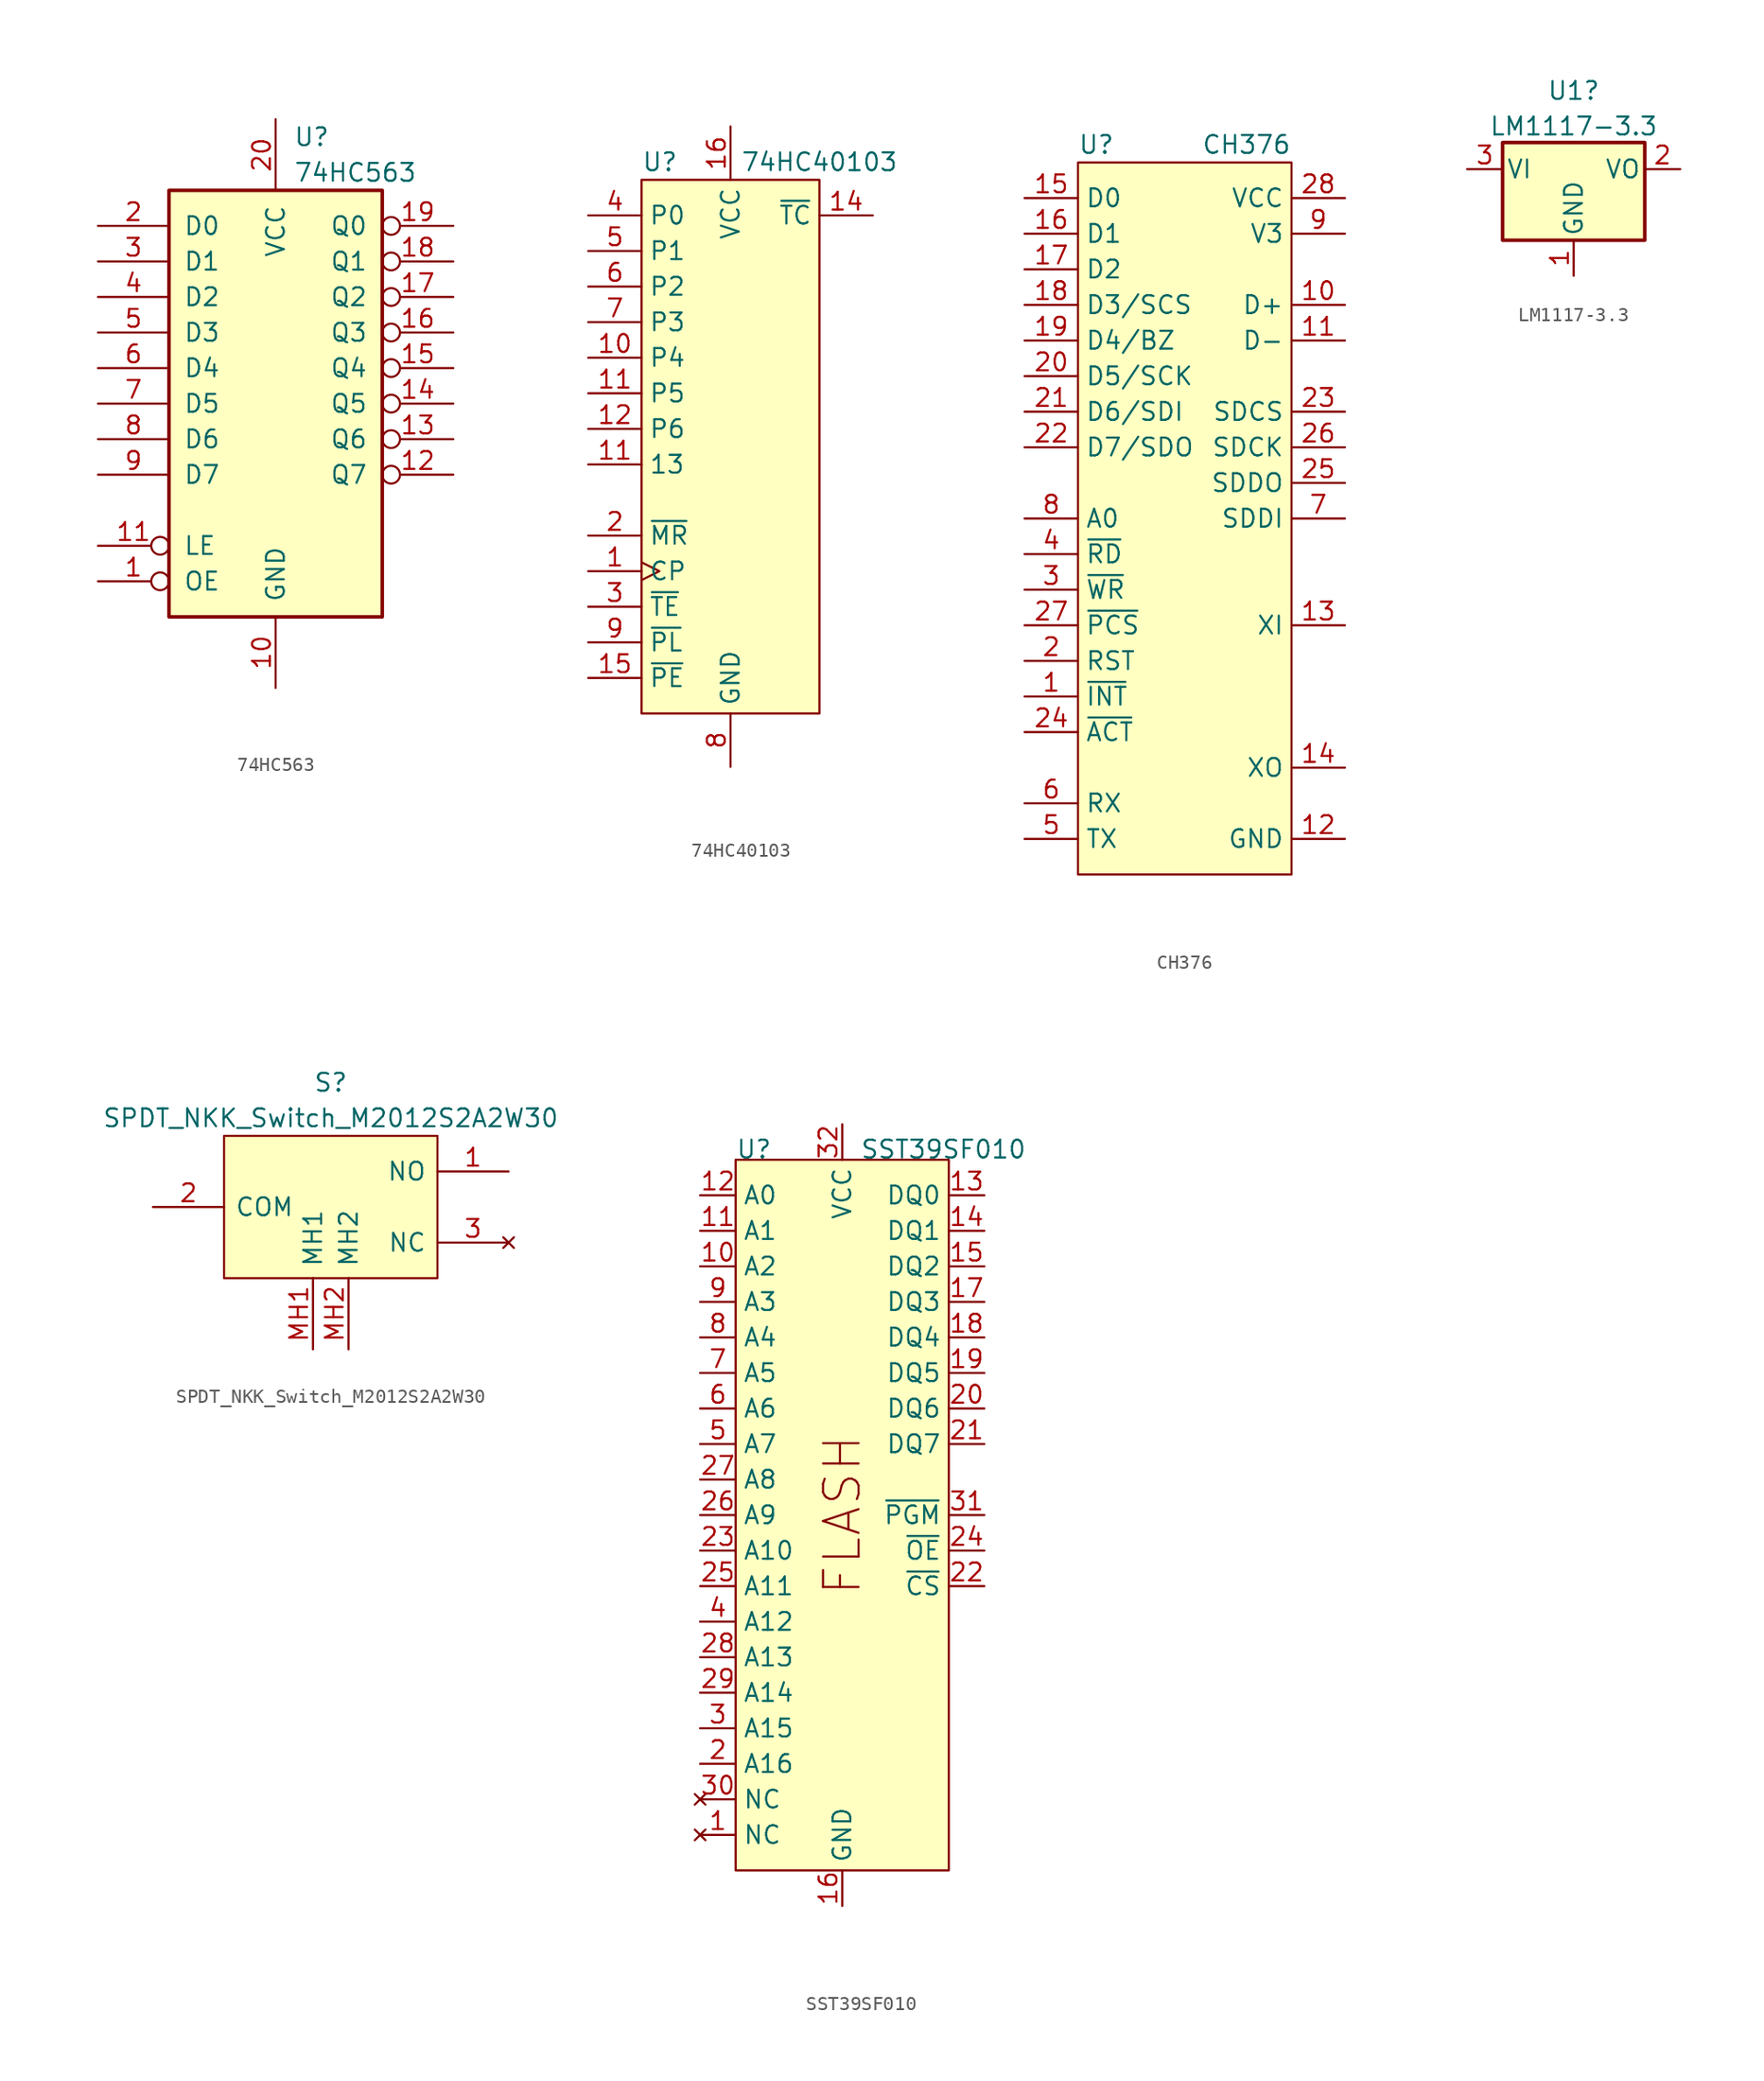
<source format=kicad_sym>
(kicad_symbol_lib
  (version 20211014)
  (generator kicad_symbol_editor)
  (symbol "74HC563"
    (pin_names
      (offset 1.016))
    (property "Reference" "U"
      (at 1.27 19.05 0)
      (effects (font (size 1.27 1.27)) (justify left)))
    (property "Value" "74HC563"
      (at 1.27 16.51 0)
      (effects (font (size 1.27 1.27)) (justify left)))
    (symbol "74HC563_1_0"
      (pin input inverted (at -12.7 -12.7 0) (length 5.08) (name "OE" (effects (font (size 1.27 1.27)))) (number "1" (effects (font (size 1.27 1.27)))))
      (pin power_in line (at 0 -20.32 90) (length 5.08) (name "GND" (effects (font (size 1.27 1.27)))) (number "10" (effects (font (size 1.27 1.27)))))
      (pin input inverted (at -12.7 -10.16 0) (length 5.08) (name "LE" (effects (font (size 1.27 1.27)))) (number "11" (effects (font (size 1.27 1.27)))))
      (pin tri_state inverted (at 12.7 -5.08 180) (length 5.08) (name "Q7" (effects (font (size 1.27 1.27)))) (number "12" (effects (font (size 1.27 1.27)))))
      (pin tri_state inverted (at 12.7 -2.54 180) (length 5.08) (name "Q6" (effects (font (size 1.27 1.27)))) (number "13" (effects (font (size 1.27 1.27)))))
      (pin tri_state inverted (at 12.7 0 180) (length 5.08) (name "Q5" (effects (font (size 1.27 1.27)))) (number "14" (effects (font (size 1.27 1.27)))))
      (pin tri_state inverted (at 12.7 2.54 180) (length 5.08) (name "Q4" (effects (font (size 1.27 1.27)))) (number "15" (effects (font (size 1.27 1.27)))))
      (pin tri_state inverted (at 12.7 5.08 180) (length 5.08) (name "Q3" (effects (font (size 1.27 1.27)))) (number "16" (effects (font (size 1.27 1.27)))))
      (pin tri_state inverted (at 12.7 7.62 180) (length 5.08) (name "Q2" (effects (font (size 1.27 1.27)))) (number "17" (effects (font (size 1.27 1.27)))))
      (pin tri_state inverted (at 12.7 10.16 180) (length 5.08) (name "Q1" (effects (font (size 1.27 1.27)))) (number "18" (effects (font (size 1.27 1.27)))))
      (pin tri_state inverted (at 12.7 12.7 180) (length 5.08) (name "Q0" (effects (font (size 1.27 1.27)))) (number "19" (effects (font (size 1.27 1.27)))))
      (pin input line (at -12.7 12.7 0) (length 5.08) (name "D0" (effects (font (size 1.27 1.27)))) (number "2" (effects (font (size 1.27 1.27)))))
      (pin power_in line (at 0 20.32 270) (length 5.08) (name "VCC" (effects (font (size 1.27 1.27)))) (number "20" (effects (font (size 1.27 1.27)))))
      (pin input line (at -12.7 10.16 0) (length 5.08) (name "D1" (effects (font (size 1.27 1.27)))) (number "3" (effects (font (size 1.27 1.27)))))
      (pin input line (at -12.7 7.62 0) (length 5.08) (name "D2" (effects (font (size 1.27 1.27)))) (number "4" (effects (font (size 1.27 1.27)))))
      (pin input line (at -12.7 5.08 0) (length 5.08) (name "D3" (effects (font (size 1.27 1.27)))) (number "5" (effects (font (size 1.27 1.27)))))
      (pin input line (at -12.7 2.54 0) (length 5.08) (name "D4" (effects (font (size 1.27 1.27)))) (number "6" (effects (font (size 1.27 1.27)))))
      (pin input line (at -12.7 0 0) (length 5.08) (name "D5" (effects (font (size 1.27 1.27)))) (number "7" (effects (font (size 1.27 1.27)))))
      (pin input line (at -12.7 -2.54 0) (length 5.08) (name "D6" (effects (font (size 1.27 1.27)))) (number "8" (effects (font (size 1.27 1.27)))))
      (pin input line (at -12.7 -5.08 0) (length 5.08) (name "D7" (effects (font (size 1.27 1.27)))) (number "9" (effects (font (size 1.27 1.27))))))
    (symbol "74HC563_1_1"
      (rectangle (start -7.62 15.24) (end 7.62 -15.24) (stroke (width 0.254) (type default) (color 0 0 0 0)) (fill (type background)))))
  (symbol "74HC40103"
    (property "Reference" "U"
      (at -6.35 0 0)
      (effects (font (size 1.27 1.27)) (justify left)))
    (property "Value" "74HC40103"
      (at 6.35 0 0)
      (effects (font (size 1.27 1.27))))
    (symbol "74HC40103_0_1"
      (rectangle (start -6.35 -1.27) (end 6.35 -39.37) (stroke (width 0.152) (type default) (color 0 0 0 0)) (fill (type background))))
    (symbol "74HC40103_1_1"
      (pin input clock (at -10.16 -29.21 0) (length 3.81) (name "CP" (effects (font (size 1.27 1.27)))) (number "1" (effects (font (size 1.27 1.27)))))
      (pin input line (at -10.16 -13.97 0) (length 3.81) (name "P4" (effects (font (size 1.27 1.27)))) (number "10" (effects (font (size 1.27 1.27)))))
      (pin input line (at -10.16 -21.59 0) (length 3.81) (name "13" (effects (font (size 1.27 1.27)))) (number "11" (effects (font (size 1.27 1.27)))))
      (pin input line (at -10.16 -16.51 0) (length 3.81) (name "P5" (effects (font (size 1.27 1.27)))) (number "11" (effects (font (size 1.27 1.27)))))
      (pin input line (at -10.16 -19.05 0) (length 3.81) (name "P6" (effects (font (size 1.27 1.27)))) (number "12" (effects (font (size 1.27 1.27)))))
      (pin output line (at 10.16 -3.81 180) (length 3.81) (name "~{TC}" (effects (font (size 1.27 1.27)))) (number "14" (effects (font (size 1.27 1.27)))))
      (pin input line (at -10.16 -36.83 0) (length 3.81) (name "~{PE}" (effects (font (size 1.27 1.27)))) (number "15" (effects (font (size 1.27 1.27)))))
      (pin power_in line (at 0 2.54 270) (length 3.81) (name "VCC" (effects (font (size 1.27 1.27)))) (number "16" (effects (font (size 1.27 1.27)))))
      (pin input line (at -10.16 -26.67 0) (length 3.81) (name "~{MR}" (effects (font (size 1.27 1.27)))) (number "2" (effects (font (size 1.27 1.27)))))
      (pin input line (at -10.16 -31.75 0) (length 3.81) (name "~{TE}" (effects (font (size 1.27 1.27)))) (number "3" (effects (font (size 1.27 1.27)))))
      (pin input line (at -10.16 -3.81 0) (length 3.81) (name "P0" (effects (font (size 1.27 1.27)))) (number "4" (effects (font (size 1.27 1.27)))))
      (pin input line (at -10.16 -6.35 0) (length 3.81) (name "P1" (effects (font (size 1.27 1.27)))) (number "5" (effects (font (size 1.27 1.27)))))
      (pin input line (at -10.16 -8.89 0) (length 3.81) (name "P2" (effects (font (size 1.27 1.27)))) (number "6" (effects (font (size 1.27 1.27)))))
      (pin input line (at -10.16 -11.43 0) (length 3.81) (name "P3" (effects (font (size 1.27 1.27)))) (number "7" (effects (font (size 1.27 1.27)))))
      (pin power_in line (at 0 -43.18 90) (length 3.81) (name "GND" (effects (font (size 1.27 1.27)))) (number "8" (effects (font (size 1.27 1.27)))))
      (pin input line (at -10.16 -34.29 0) (length 3.81) (name "~{PL}" (effects (font (size 1.27 1.27)))) (number "9" (effects (font (size 1.27 1.27)))))))
  (symbol "CH376"
    (property "Reference" "U"
      (at -7.62 1.27 0)
      (effects (font (size 1.27 1.27)) (justify left)))
    (property "Value" "CH376"
      (at 7.62 1.27 0)
      (effects (font (size 1.27 1.27)) (justify right)))
    (symbol "CH376_0_1"
      (rectangle (start -7.62 0) (end 7.62 -50.8) (stroke (width 0) (type default) (color 0 0 0 0)) (fill (type background))))
    (symbol "CH376_1_1"
      (pin output line (at -11.43 -38.1 0) (length 3.81) (name "~{INT}" (effects (font (size 1.27 1.27)))) (number "1" (effects (font (size 1.27 1.27)))))
      (pin bidirectional line (at 11.43 -10.16 180) (length 3.81) (name "D+" (effects (font (size 1.27 1.27)))) (number "10" (effects (font (size 1.27 1.27)))))
      (pin bidirectional line (at 11.43 -12.7 180) (length 3.81) (name "D-" (effects (font (size 1.27 1.27)))) (number "11" (effects (font (size 1.27 1.27)))))
      (pin power_in line (at 11.43 -48.26 180) (length 3.81) (name "GND" (effects (font (size 1.27 1.27)))) (number "12" (effects (font (size 1.27 1.27)))))
      (pin input line (at 11.43 -33.02 180) (length 3.81) (name "XI" (effects (font (size 1.27 1.27)))) (number "13" (effects (font (size 1.27 1.27)))))
      (pin output line (at 11.43 -43.18 180) (length 3.81) (name "XO" (effects (font (size 1.27 1.27)))) (number "14" (effects (font (size 1.27 1.27)))))
      (pin bidirectional line (at -11.43 -2.54 0) (length 3.81) (name "D0" (effects (font (size 1.27 1.27)))) (number "15" (effects (font (size 1.27 1.27)))))
      (pin bidirectional line (at -11.43 -5.08 0) (length 3.81) (name "D1" (effects (font (size 1.27 1.27)))) (number "16" (effects (font (size 1.27 1.27)))))
      (pin bidirectional line (at -11.43 -7.62 0) (length 3.81) (name "D2" (effects (font (size 1.27 1.27)))) (number "17" (effects (font (size 1.27 1.27)))))
      (pin bidirectional line (at -11.43 -10.16 0) (length 3.81) (name "D3/SCS" (effects (font (size 1.27 1.27)))) (number "18" (effects (font (size 1.27 1.27)))))
      (pin bidirectional line (at -11.43 -12.7 0) (length 3.81) (name "D4/BZ" (effects (font (size 1.27 1.27)))) (number "19" (effects (font (size 1.27 1.27)))))
      (pin output line (at -11.43 -35.56 0) (length 3.81) (name "RST" (effects (font (size 1.27 1.27)))) (number "2" (effects (font (size 1.27 1.27)))))
      (pin bidirectional line (at -11.43 -15.24 0) (length 3.81) (name "D5/SCK" (effects (font (size 1.27 1.27)))) (number "20" (effects (font (size 1.27 1.27)))))
      (pin bidirectional line (at -11.43 -17.78 0) (length 3.81) (name "D6/SDI" (effects (font (size 1.27 1.27)))) (number "21" (effects (font (size 1.27 1.27)))))
      (pin bidirectional line (at -11.43 -20.32 0) (length 3.81) (name "D7/SDO" (effects (font (size 1.27 1.27)))) (number "22" (effects (font (size 1.27 1.27)))))
      (pin output line (at 11.43 -17.78 180) (length 3.81) (name "SDCS" (effects (font (size 1.27 1.27)))) (number "23" (effects (font (size 1.27 1.27)))))
      (pin output line (at -11.43 -40.64 0) (length 3.81) (name "~{ACT}" (effects (font (size 1.27 1.27)))) (number "24" (effects (font (size 1.27 1.27)))))
      (pin output line (at 11.43 -22.86 180) (length 3.81) (name "SDDO" (effects (font (size 1.27 1.27)))) (number "25" (effects (font (size 1.27 1.27)))))
      (pin output line (at 11.43 -20.32 180) (length 3.81) (name "SDCK" (effects (font (size 1.27 1.27)))) (number "26" (effects (font (size 1.27 1.27)))))
      (pin input line (at -11.43 -33.02 0) (length 3.81) (name "~{PCS}" (effects (font (size 1.27 1.27)))) (number "27" (effects (font (size 1.27 1.27)))))
      (pin power_in line (at 11.43 -2.54 180) (length 3.81) (name "VCC" (effects (font (size 1.27 1.27)))) (number "28" (effects (font (size 1.27 1.27)))))
      (pin input line (at -11.43 -30.48 0) (length 3.81) (name "~{WR}" (effects (font (size 1.27 1.27)))) (number "3" (effects (font (size 1.27 1.27)))))
      (pin input line (at -11.43 -27.94 0) (length 3.81) (name "~{RD}" (effects (font (size 1.27 1.27)))) (number "4" (effects (font (size 1.27 1.27)))))
      (pin output line (at -11.43 -48.26 0) (length 3.81) (name "TX" (effects (font (size 1.27 1.27)))) (number "5" (effects (font (size 1.27 1.27)))))
      (pin input line (at -11.43 -45.72 0) (length 3.81) (name "RX" (effects (font (size 1.27 1.27)))) (number "6" (effects (font (size 1.27 1.27)))))
      (pin input line (at 11.43 -25.4 180) (length 3.81) (name "SDDI" (effects (font (size 1.27 1.27)))) (number "7" (effects (font (size 1.27 1.27)))))
      (pin input line (at -11.43 -25.4 0) (length 3.81) (name "A0" (effects (font (size 1.27 1.27)))) (number "8" (effects (font (size 1.27 1.27)))))
      (pin power_in line (at 11.43 -5.08 180) (length 3.81) (name "V3" (effects (font (size 1.27 1.27)))) (number "9" (effects (font (size 1.27 1.27)))))))
  (symbol "LM1117-3.3"
    (pin_names
      (offset 0.254))
    (property "Reference" "U1"
      (at 0 5.605 0)
      (effects (font (size 1.27 1.27))))
    (property "Value" "LM1117-3.3"
      (at 0 3.068 0)
      (effects (font (size 1.27 1.27))))
    (symbol "LM1117-3.3_0_1"
      (rectangle (start -5.08 -5.08) (end 5.08 1.905) (stroke (width 0.254) (type default) (color 0 0 0 0)) (fill (type background))))
    (symbol "LM1117-3.3_1_1"
      (pin power_in line (at 0 -7.62 90) (length 2.54) (name "GND" (effects (font (size 1.27 1.27)))) (number "1" (effects (font (size 1.27 1.27)))))
      (pin passive line (at 7.62 0 180) (length 2.54) (name "VO" (effects (font (size 1.27 1.27)))) (number "2" (effects (font (size 1.27 1.27)))))
      (pin power_in line (at -7.62 0 0) (length 2.54) (name "VI" (effects (font (size 1.27 1.27)))) (number "3" (effects (font (size 1.27 1.27)))))))
  (symbol "SPDT_NKK_Switch_M2012S2A2W30"
    (pin_names
      (offset 0.762))
    (property "Reference" "S"
      (at 12.7 6.35 0)
      (effects (font (size 1.27 1.27))))
    (property "Value" "SPDT_NKK_Switch_M2012S2A2W30"
      (at 12.7 3.81 0)
      (effects (font (size 1.27 1.27))))
    (symbol "SPDT_NKK_Switch_M2012S2A2W30_0_0"
      (pin passive line (at 25.4 0 180) (length 5.08) (name "NO" (effects (font (size 1.27 1.27)))) (number "1" (effects (font (size 1.27 1.27)))))
      (pin passive line (at 0 -2.54 0) (length 5.08) (name "COM" (effects (font (size 1.27 1.27)))) (number "2" (effects (font (size 1.27 1.27)))))
      (pin no_connect line (at 25.4 -5.08 180) (length 5.08) (name "NC" (effects (font (size 1.27 1.27)))) (number "3" (effects (font (size 1.27 1.27)))))
      (pin passive line (at 11.43 -12.7 90) (length 5.08) (name "MH1" (effects (font (size 1.27 1.27)))) (number "MH1" (effects (font (size 1.27 1.27)))))
      (pin passive line (at 13.97 -12.7 90) (length 5.08) (name "MH2" (effects (font (size 1.27 1.27)))) (number "MH2" (effects (font (size 1.27 1.27))))))
    (symbol "SPDT_NKK_Switch_M2012S2A2W30_0_1"
      (polyline (pts (xy 5.08 2.54) (xy 20.32 2.54) (xy 20.32 -7.62) (xy 5.08 -7.62) (xy 5.08 2.54)) (stroke (width 0.152) (type default) (color 0 0 0 0)) (fill (type background)))))
  (symbol "SST39SF010"
    (property "Reference" "U"
      (at -7.62 0 0)
      (effects (font (size 1.27 1.27)) (justify left bottom)))
    (property "Value" "SST39SF010"
      (at 1.27 0 0)
      (effects (font (size 1.27 1.27)) (justify left bottom)))
    (symbol "SST39SF010_0_0"
      (text "FLASH" (at 0 -25.4 900) (effects (font (size 2.54 2.54))))
      (pin power_in line (at 0 -53.34 90) (length 2.54) (name "GND" (effects (font (size 1.27 1.27)))) (number "16" (effects (font (size 1.27 1.27)))))
      (pin power_in line (at 0 2.54 270) (length 2.54) (name "VCC" (effects (font (size 1.27 1.27)))) (number "32" (effects (font (size 1.27 1.27))))))
    (symbol "SST39SF010_0_1"
      (rectangle (start -7.62 0) (end 7.62 -50.8) (stroke (width 0) (type default) (color 0 0 0 0)) (fill (type background))))
    (symbol "SST39SF010_1_1"
      (pin no_connect line (at -10.16 -48.26 0) (length 2.54) (name "NC" (effects (font (size 1.27 1.27)))) (number "1" (effects (font (size 1.27 1.27)))))
      (pin input line (at -10.16 -7.62 0) (length 2.54) (name "A2" (effects (font (size 1.27 1.27)))) (number "10" (effects (font (size 1.27 1.27)))))
      (pin input line (at -10.16 -5.08 0) (length 2.54) (name "A1" (effects (font (size 1.27 1.27)))) (number "11" (effects (font (size 1.27 1.27)))))
      (pin input line (at -10.16 -2.54 0) (length 2.54) (name "A0" (effects (font (size 1.27 1.27)))) (number "12" (effects (font (size 1.27 1.27)))))
      (pin tri_state line (at 10.16 -2.54 180) (length 2.54) (name "DQ0" (effects (font (size 1.27 1.27)))) (number "13" (effects (font (size 1.27 1.27)))))
      (pin tri_state line (at 10.16 -5.08 180) (length 2.54) (name "DQ1" (effects (font (size 1.27 1.27)))) (number "14" (effects (font (size 1.27 1.27)))))
      (pin tri_state line (at 10.16 -7.62 180) (length 2.54) (name "DQ2" (effects (font (size 1.27 1.27)))) (number "15" (effects (font (size 1.27 1.27)))))
      (pin tri_state line (at 10.16 -10.16 180) (length 2.54) (name "DQ3" (effects (font (size 1.27 1.27)))) (number "17" (effects (font (size 1.27 1.27)))))
      (pin tri_state line (at 10.16 -12.7 180) (length 2.54) (name "DQ4" (effects (font (size 1.27 1.27)))) (number "18" (effects (font (size 1.27 1.27)))))
      (pin tri_state line (at 10.16 -15.24 180) (length 2.54) (name "DQ5" (effects (font (size 1.27 1.27)))) (number "19" (effects (font (size 1.27 1.27)))))
      (pin input line (at -10.16 -43.18 0) (length 2.54) (name "A16" (effects (font (size 1.27 1.27)))) (number "2" (effects (font (size 1.27 1.27)))))
      (pin tri_state line (at 10.16 -17.78 180) (length 2.54) (name "DQ6" (effects (font (size 1.27 1.27)))) (number "20" (effects (font (size 1.27 1.27)))))
      (pin tri_state line (at 10.16 -20.32 180) (length 2.54) (name "DQ7" (effects (font (size 1.27 1.27)))) (number "21" (effects (font (size 1.27 1.27)))))
      (pin input line (at 10.16 -30.48 180) (length 2.54) (name "~{CS}" (effects (font (size 1.27 1.27)))) (number "22" (effects (font (size 1.27 1.27)))))
      (pin input line (at -10.16 -27.94 0) (length 2.54) (name "A10" (effects (font (size 1.27 1.27)))) (number "23" (effects (font (size 1.27 1.27)))))
      (pin input line (at 10.16 -27.94 180) (length 2.54) (name "~{OE}" (effects (font (size 1.27 1.27)))) (number "24" (effects (font (size 1.27 1.27)))))
      (pin input line (at -10.16 -30.48 0) (length 2.54) (name "A11" (effects (font (size 1.27 1.27)))) (number "25" (effects (font (size 1.27 1.27)))))
      (pin input line (at -10.16 -25.4 0) (length 2.54) (name "A9" (effects (font (size 1.27 1.27)))) (number "26" (effects (font (size 1.27 1.27)))))
      (pin input line (at -10.16 -22.86 0) (length 2.54) (name "A8" (effects (font (size 1.27 1.27)))) (number "27" (effects (font (size 1.27 1.27)))))
      (pin input line (at -10.16 -35.56 0) (length 2.54) (name "A13" (effects (font (size 1.27 1.27)))) (number "28" (effects (font (size 1.27 1.27)))))
      (pin input line (at -10.16 -38.1 0) (length 2.54) (name "A14" (effects (font (size 1.27 1.27)))) (number "29" (effects (font (size 1.27 1.27)))))
      (pin input line (at -10.16 -40.64 0) (length 2.54) (name "A15" (effects (font (size 1.27 1.27)))) (number "3" (effects (font (size 1.27 1.27)))))
      (pin no_connect line (at -10.16 -45.72 0) (length 2.54) (name "NC" (effects (font (size 1.27 1.27)))) (number "30" (effects (font (size 1.27 1.27)))))
      (pin input line (at 10.16 -25.4 180) (length 2.54) (name "~{PGM}" (effects (font (size 1.27 1.27)))) (number "31" (effects (font (size 1.27 1.27)))))
      (pin input line (at -10.16 -33.02 0) (length 2.54) (name "A12" (effects (font (size 1.27 1.27)))) (number "4" (effects (font (size 1.27 1.27)))))
      (pin input line (at -10.16 -20.32 0) (length 2.54) (name "A7" (effects (font (size 1.27 1.27)))) (number "5" (effects (font (size 1.27 1.27)))))
      (pin input line (at -10.16 -17.78 0) (length 2.54) (name "A6" (effects (font (size 1.27 1.27)))) (number "6" (effects (font (size 1.27 1.27)))))
      (pin input line (at -10.16 -15.24 0) (length 2.54) (name "A5" (effects (font (size 1.27 1.27)))) (number "7" (effects (font (size 1.27 1.27)))))
      (pin input line (at -10.16 -12.7 0) (length 2.54) (name "A4" (effects (font (size 1.27 1.27)))) (number "8" (effects (font (size 1.27 1.27)))))
      (pin input line (at -10.16 -10.16 0) (length 2.54) (name "A3" (effects (font (size 1.27 1.27)))) (number "9" (effects (font (size 1.27 1.27))))))))
</source>
